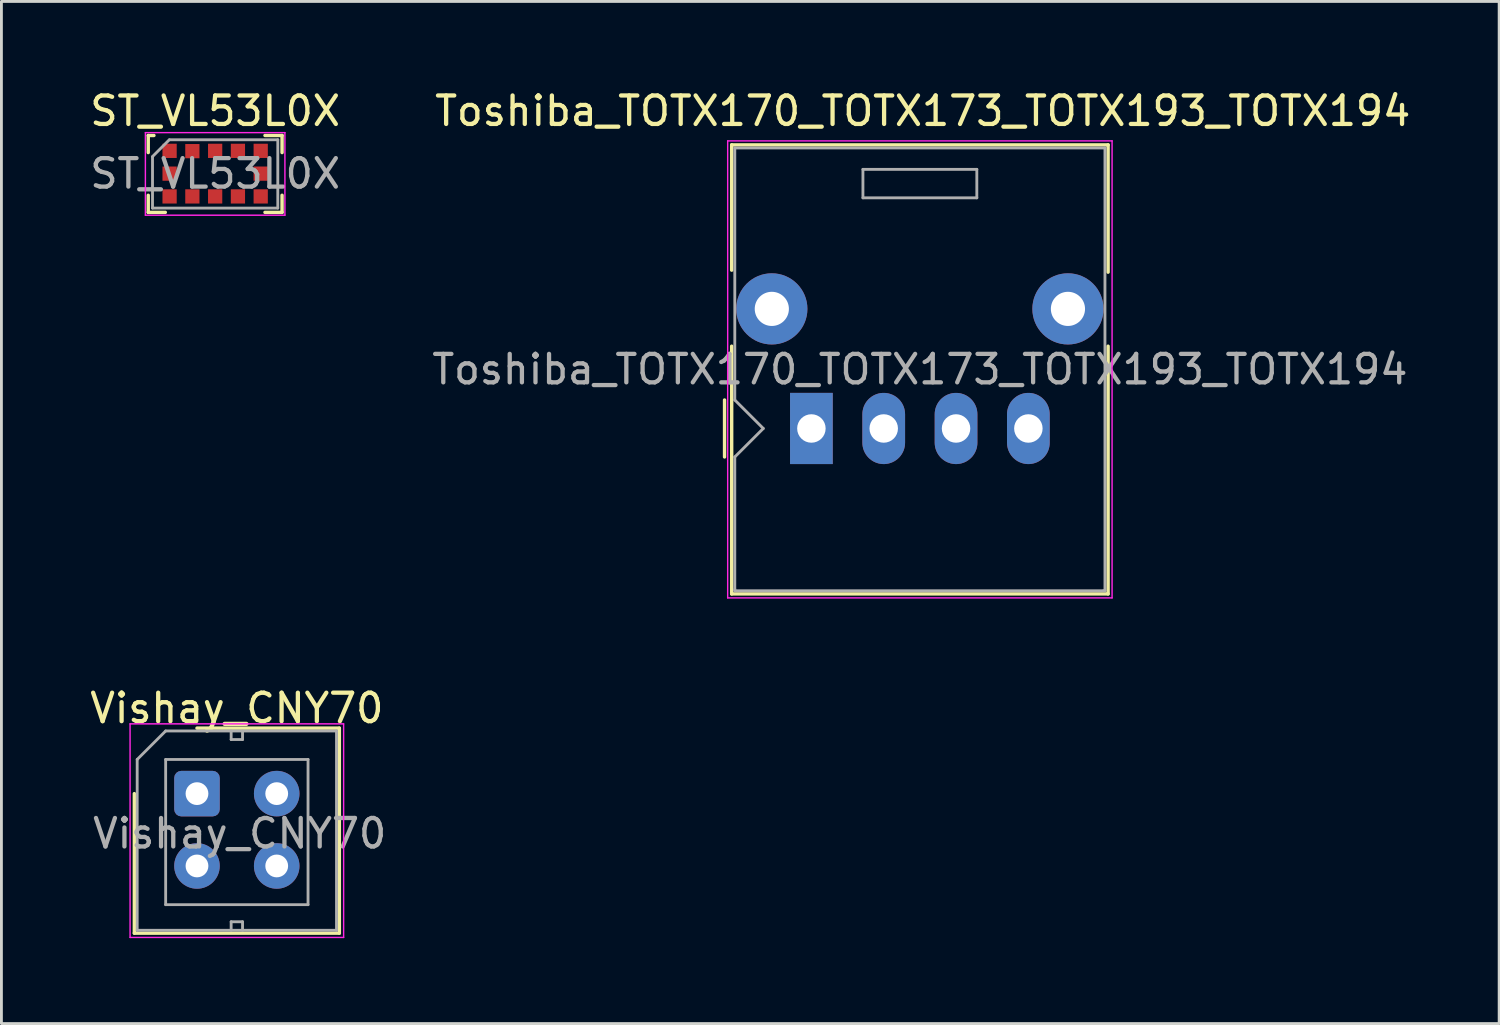
<source format=kicad_pcb>
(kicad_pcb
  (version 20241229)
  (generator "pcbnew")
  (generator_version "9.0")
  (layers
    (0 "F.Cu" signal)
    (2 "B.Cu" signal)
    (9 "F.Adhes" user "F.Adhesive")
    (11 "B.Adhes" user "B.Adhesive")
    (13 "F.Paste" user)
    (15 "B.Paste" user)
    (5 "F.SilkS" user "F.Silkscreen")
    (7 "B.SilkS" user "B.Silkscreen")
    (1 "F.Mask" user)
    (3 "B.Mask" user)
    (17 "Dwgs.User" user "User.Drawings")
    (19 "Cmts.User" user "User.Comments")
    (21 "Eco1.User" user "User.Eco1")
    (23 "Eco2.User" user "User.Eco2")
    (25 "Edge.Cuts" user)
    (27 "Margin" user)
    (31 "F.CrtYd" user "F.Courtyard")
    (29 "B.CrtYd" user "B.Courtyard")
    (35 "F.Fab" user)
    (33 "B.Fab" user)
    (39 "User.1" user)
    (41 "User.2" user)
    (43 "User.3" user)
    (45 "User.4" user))
  (footprint "Toshiba_TOTX170_TOTX173_TOTX193_TOTX194"
    (layer "F.Cu")
    (at 25.446 11.998)
    (property "Reference" "Toshiba_TOTX170_TOTX173_TOTX193_TOTX194" (at 3.91 -11.15 0) (layer "F.SilkS") (effects (font (size 1 1) (thickness 0.15))))
    (attr through_hole)
    (fp_line (start -3.05 1) (end -3.05 -1) (stroke (width 0.12) (type solid)) (layer "F.SilkS"))
    (fp_line (start -2.8 -9.96) (end -2.8 -5.56) (stroke (width 0.12) (type solid)) (layer "F.SilkS"))
    (fp_line (start -2.8 5.81) (end -2.8 -2.89) (stroke (width 0.12) (type solid)) (layer "F.SilkS"))
    (fp_line (start -2.8 5.81) (end 10.42 5.81) (stroke (width 0.12) (type solid)) (layer "F.SilkS"))
    (fp_line (start 10.42 -9.96) (end -2.8 -9.96) (stroke (width 0.12) (type solid)) (layer "F.SilkS"))
    (fp_line (start 10.42 -9.96) (end 10.42 -5.49) (stroke (width 0.12) (type solid)) (layer "F.SilkS"))
    (fp_line (start 10.42 5.81) (end 10.42 -2.89) (stroke (width 0.12) (type solid)) (layer "F.SilkS"))
    (fp_line (start -2.94 -10.1) (end -2.94 5.95) (stroke (width 0.05) (type solid)) (layer "F.CrtYd"))
    (fp_line (start -2.94 -10.1) (end 10.56 -10.1) (stroke (width 0.05) (type solid)) (layer "F.CrtYd"))
    (fp_line (start 10.56 5.95) (end -2.94 5.95) (stroke (width 0.05) (type solid)) (layer "F.CrtYd"))
    (fp_line (start 10.56 5.95) (end 10.56 -10.1) (stroke (width 0.05) (type solid)) (layer "F.CrtYd"))
    (fp_line (start -2.69 -9.85) (end 10.31 -9.85) (stroke (width 0.1) (type solid)) (layer "F.Fab"))
    (fp_line (start -2.69 -1) (end -2.69 -9.85) (stroke (width 0.1) (type solid)) (layer "F.Fab"))
    (fp_line (start -2.69 5.65) (end -2.69 1) (stroke (width 0.1) (type solid)) (layer "F.Fab"))
    (fp_line (start -2.69 5.65) (end -2.69 5.7) (stroke (width 0.1) (type solid)) (layer "F.Fab"))
    (fp_line (start -2.69 5.7) (end 10.26 5.7) (stroke (width 0.1) (type solid)) (layer "F.Fab"))
    (fp_line (start -1.69 0) (end -2.69 -1) (stroke (width 0.1) (type solid)) (layer "F.Fab"))
    (fp_line (start -1.69 0) (end -2.69 1) (stroke (width 0.1) (type solid)) (layer "F.Fab"))
    (fp_line (start 1.81 -9.1) (end 5.81 -9.1) (stroke (width 0.1) (type solid)) (layer "F.Fab"))
    (fp_line (start 1.81 -8.1) (end 1.81 -9.1) (stroke (width 0.1) (type solid)) (layer "F.Fab"))
    (fp_line (start 5.81 -9.1) (end 5.81 -8.1) (stroke (width 0.1) (type solid)) (layer "F.Fab"))
    (fp_line (start 5.81 -8.1) (end 1.81 -8.1) (stroke (width 0.1) (type solid)) (layer "F.Fab"))
    (fp_line (start 10.26 5.7) (end 10.31 5.7) (stroke (width 0.1) (type solid)) (layer "F.Fab"))
    (fp_line (start 10.31 5.7) (end 10.31 -9.85) (stroke (width 0.1) (type solid)) (layer "F.Fab"))
    (fp_text user "${REFERENCE}" (at 3.81 -2.075 0) (layer "F.Fab") (effects (font (size 1 1) (thickness 0.15))))
    (pad "1" thru_hole rect (at 0 0) (size 1.5 2.5) (drill 1) (layers "*.Cu" "*.Mask"))
    (pad "2" thru_hole oval (at 2.54 0) (size 1.5 2.5) (drill 1) (layers "*.Cu" "*.Mask"))
    (pad "3" thru_hole oval (at 5.08 0) (size 1.5 2.5) (drill 1) (layers "*.Cu" "*.Mask"))
    (pad "4" thru_hole oval (at 7.62 0) (size 1.5 2.5) (drill 1) (layers "*.Cu" "*.Mask"))
    (pad "5" thru_hole circle (at 9.01 -4.2) (size 2.5 2.5) (drill 1.2) (layers "*.Cu" "*.Mask"))
    (pad "6" thru_hole circle (at -1.39 -4.2) (size 2.5 2.5) (drill 1.2) (layers "*.Cu" "*.Mask")))
  (footprint "Vishay_CNY70"
    (layer "F.Cu")
    (at 3.868 24.822)
    (property "Reference" "Vishay_CNY70" (at 1.4 -3 0) (layer "F.SilkS") (effects (font (size 1 1) (thickness 0.15))))
    (attr through_hole)
    (fp_line (start -2.2 0) (end -2.2 4.9) (stroke (width 0.12) (type solid)) (layer "F.SilkS"))
    (fp_line (start -2.2 4.9) (end 5 4.9) (stroke (width 0.12) (type solid)) (layer "F.SilkS"))
    (fp_line (start 5 -2.3) (end 0 -2.3) (stroke (width 0.12) (type solid)) (layer "F.SilkS"))
    (fp_line (start 5 4.9) (end 5 -2.3) (stroke (width 0.12) (type solid)) (layer "F.SilkS"))
    (fp_line (start -2.35 -2.45) (end -2.35 5.05) (stroke (width 0.05) (type solid)) (layer "F.CrtYd"))
    (fp_line (start -2.35 -2.45) (end 5.15 -2.45) (stroke (width 0.05) (type solid)) (layer "F.CrtYd"))
    (fp_line (start 5.15 5.05) (end -2.35 5.05) (stroke (width 0.05) (type solid)) (layer "F.CrtYd"))
    (fp_line (start 5.15 5.05) (end 5.15 -2.45) (stroke (width 0.05) (type solid)) (layer "F.CrtYd"))
    (fp_line (start -2.1 -1.2) (end -1.1 -2.2) (stroke (width 0.1) (type solid)) (layer "F.Fab"))
    (fp_line (start -2.1 4.8) (end -2.1 -1.2) (stroke (width 0.1) (type solid)) (layer "F.Fab"))
    (fp_line (start -1.1 -2.2) (end 4.9 -2.2) (stroke (width 0.1) (type solid)) (layer "F.Fab"))
    (fp_line (start -1.1 -1.2) (end -1.1 3.9) (stroke (width 0.1) (type solid)) (layer "F.Fab"))
    (fp_line (start -1.1 3.9) (end 3.9 3.9) (stroke (width 0.1) (type solid)) (layer "F.Fab"))
    (fp_line (start 1.2 -2.2) (end 1.2 -1.9) (stroke (width 0.1) (type solid)) (layer "F.Fab"))
    (fp_line (start 1.2 -1.9) (end 1.6 -1.9) (stroke (width 0.1) (type solid)) (layer "F.Fab"))
    (fp_line (start 1.2 4.5) (end 1.2 4.8) (stroke (width 0.1) (type solid)) (layer "F.Fab"))
    (fp_line (start 1.6 -1.9) (end 1.6 -2.2) (stroke (width 0.1) (type solid)) (layer "F.Fab"))
    (fp_line (start 1.6 4.5) (end 1.2 4.5) (stroke (width 0.1) (type solid)) (layer "F.Fab"))
    (fp_line (start 1.6 4.8) (end 1.6 4.5) (stroke (width 0.1) (type solid)) (layer "F.Fab"))
    (fp_line (start 3.9 -1.2) (end -1.1 -1.2) (stroke (width 0.1) (type solid)) (layer "F.Fab"))
    (fp_line (start 3.9 3.9) (end 3.9 -1.2) (stroke (width 0.1) (type solid)) (layer "F.Fab"))
    (fp_line (start 4.9 -2.2) (end 4.9 4.8) (stroke (width 0.1) (type solid)) (layer "F.Fab"))
    (fp_line (start 4.9 4.8) (end -2.1 4.8) (stroke (width 0.1) (type solid)) (layer "F.Fab"))
    (fp_text user "${REFERENCE}" (at 1.5 1.4 0) (layer "F.Fab") (effects (font (size 1 1) (thickness 0.15))))
    (pad "1" thru_hole roundrect (at 0 0) (size 1.6 1.6) (drill 0.8) (layers "*.Cu" "*.Mask") (roundrect_rratio 0.156))
    (pad "2" thru_hole circle (at 0 2.54) (size 1.6 1.6) (drill 0.8) (layers "*.Cu" "*.Mask"))
    (pad "3" thru_hole circle (at 2.8 2.54) (size 1.6 1.6) (drill 0.8) (layers "*.Cu" "*.Mask"))
    (pad "4" thru_hole circle (at 2.8 0) (size 1.6 1.6) (drill 0.8) (layers "*.Cu" "*.Mask")))
  (footprint "ST_VL53L0X"
    (layer "F.Cu")
    (at 4.506 3.048)
    (property "Reference" "ST_VL53L0X" (at 0 -2.2 180) (layer "F.SilkS") (effects (font (size 1 1) (thickness 0.15))))
    (attr smd)
    (fp_line (start -2.35 -1.34) (end -2.35 -0.74) (stroke (width 0.12) (type solid)) (layer "F.SilkS"))
    (fp_line (start -2.35 -1.34) (end -2.15 -1.34) (stroke (width 0.12) (type solid)) (layer "F.SilkS"))
    (fp_line (start -2.35 1.36) (end -2.35 0.76) (stroke (width 0.12) (type solid)) (layer "F.SilkS"))
    (fp_line (start -1.75 1.36) (end -2.35 1.36) (stroke (width 0.12) (type solid)) (layer "F.SilkS"))
    (fp_line (start 1.75 -1.34) (end 2.35 -1.34) (stroke (width 0.12) (type solid)) (layer "F.SilkS"))
    (fp_line (start 2.35 -1.34) (end 2.35 -0.74) (stroke (width 0.12) (type solid)) (layer "F.SilkS"))
    (fp_line (start 2.35 0.76) (end 2.35 1.36) (stroke (width 0.12) (type solid)) (layer "F.SilkS"))
    (fp_line (start 2.35 1.36) (end 1.75 1.36) (stroke (width 0.12) (type solid)) (layer "F.SilkS"))
    (fp_line (start -2.45 -1.44) (end -2.45 1.46) (stroke (width 0.05) (type solid)) (layer "F.CrtYd"))
    (fp_line (start -2.45 1.46) (end 2.45 1.46) (stroke (width 0.05) (type solid)) (layer "F.CrtYd"))
    (fp_line (start 2.45 -1.44) (end -2.45 -1.44) (stroke (width 0.05) (type solid)) (layer "F.CrtYd"))
    (fp_line (start 2.45 1.46) (end 2.45 -1.44) (stroke (width 0.05) (type solid)) (layer "F.CrtYd"))
    (fp_line (start -2.2 1.21) (end -2.2 -0.59) (stroke (width 0.1) (type solid)) (layer "F.Fab"))
    (fp_line (start -1.61 -1.19) (end -2.2 -0.6) (stroke (width 0.1) (type solid)) (layer "F.Fab"))
    (fp_line (start -1.6 -1.19) (end 2.2 -1.19) (stroke (width 0.1) (type solid)) (layer "F.Fab"))
    (fp_line (start 2.2 -1.19) (end 2.2 1.21) (stroke (width 0.1) (type solid)) (layer "F.Fab"))
    (fp_line (start 2.2 1.21) (end -2.2 1.21) (stroke (width 0.1) (type solid)) (layer "F.Fab"))
    (fp_text user "${REFERENCE}" (at 0 0 180) (layer "F.Fab") (effects (font (size 1 1) (thickness 0.15))))
    (pad "1" smd rect (at -1.6 -0.8 90) (size 0.5 0.5) (layers "F.Cu" "F.Mask" "F.Paste"))
    (pad "2" smd rect (at -0.8 -0.79 90) (size 0.5 0.5) (layers "F.Cu" "F.Mask" "F.Paste"))
    (pad "3" smd rect (at 0 -0.8 90) (size 0.5 0.5) (layers "F.Cu" "F.Mask" "F.Paste"))
    (pad "4" smd rect (at 0.8 -0.8 90) (size 0.5 0.5) (layers "F.Cu" "F.Mask" "F.Paste"))
    (pad "5" smd rect (at 1.6 -0.8 90) (size 0.5 0.5) (layers "F.Cu" "F.Mask" "F.Paste"))
    (pad "6" smd rect (at 1.6 0 90) (size 0.5 0.5) (layers "F.Cu" "F.Mask" "F.Paste"))
    (pad "7" smd rect (at 1.6 0.8 90) (size 0.5 0.5) (layers "F.Cu" "F.Mask" "F.Paste"))
    (pad "8" smd rect (at 0.8 0.8 90) (size 0.5 0.5) (layers "F.Cu" "F.Mask" "F.Paste"))
    (pad "9" smd rect (at 0 0.8 90) (size 0.5 0.5) (layers "F.Cu" "F.Mask" "F.Paste"))
    (pad "10" smd rect (at -0.8 0.8 90) (size 0.5 0.5) (layers "F.Cu" "F.Mask" "F.Paste"))
    (pad "11" smd rect (at -1.6 0.8 90) (size 0.5 0.5) (layers "F.Cu" "F.Mask" "F.Paste"))
    (pad "12" smd rect (at -1.6 0 90) (size 0.5 0.5) (layers "F.Cu" "F.Mask" "F.Paste")))
  (gr_rect
    (start -3 -3)
    (end 49.6 32.897)
    (stroke (width 0.1) (type default))
    (fill no)
    (layer "Edge.Cuts")))
</source>
